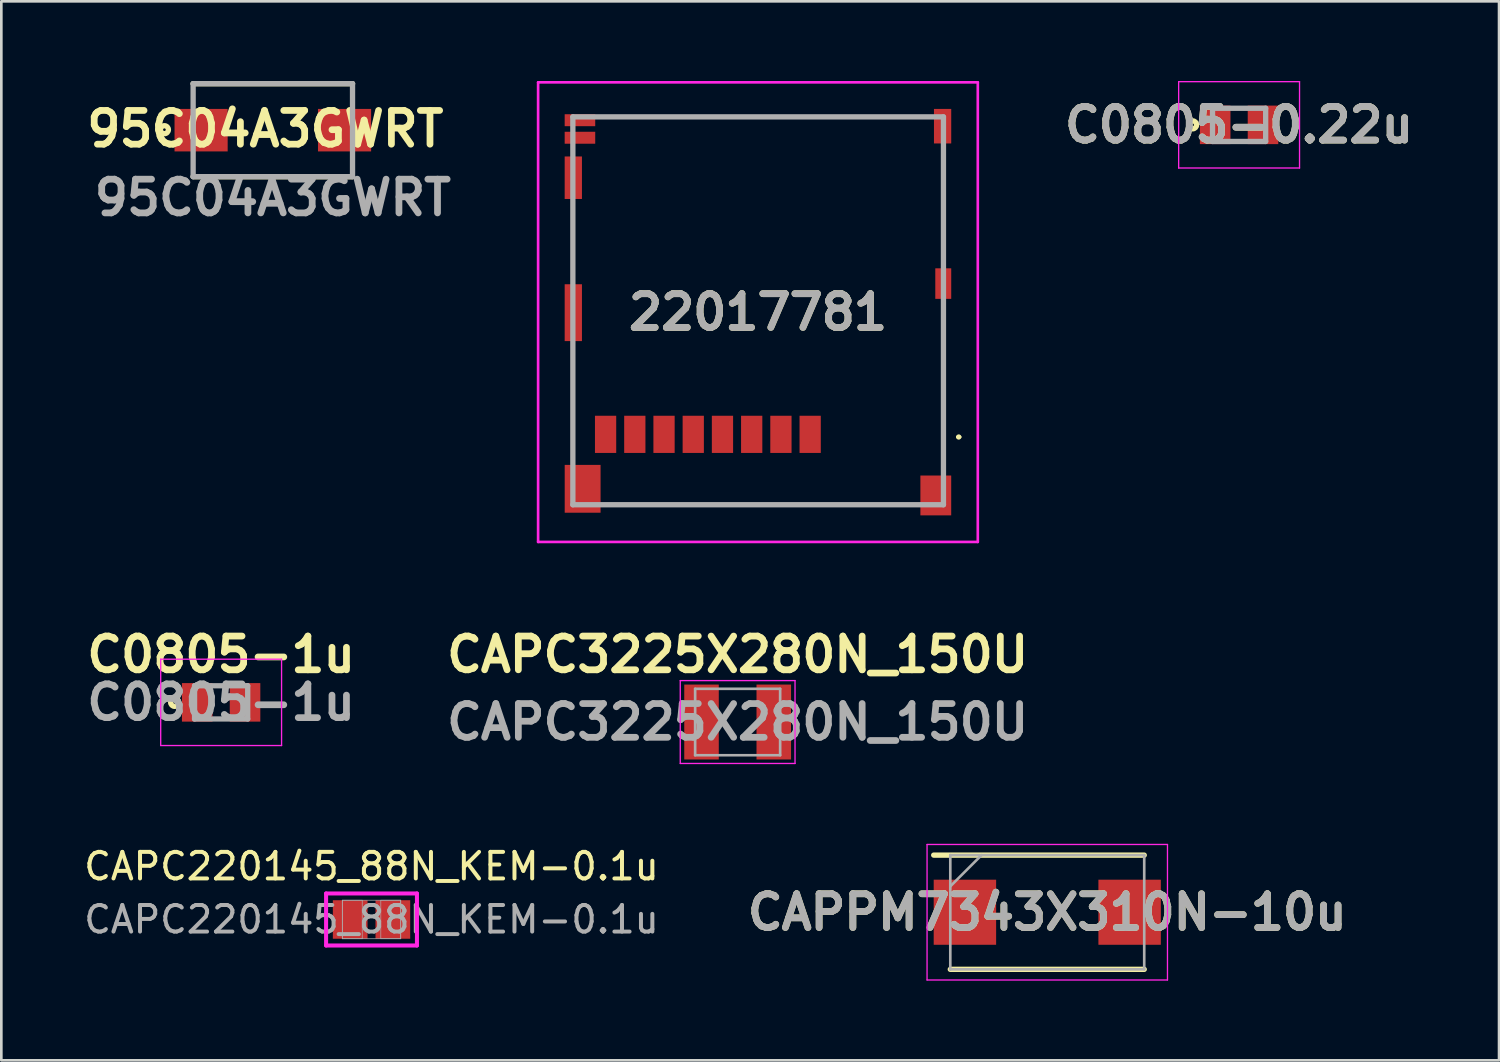
<source format=kicad_pcb>
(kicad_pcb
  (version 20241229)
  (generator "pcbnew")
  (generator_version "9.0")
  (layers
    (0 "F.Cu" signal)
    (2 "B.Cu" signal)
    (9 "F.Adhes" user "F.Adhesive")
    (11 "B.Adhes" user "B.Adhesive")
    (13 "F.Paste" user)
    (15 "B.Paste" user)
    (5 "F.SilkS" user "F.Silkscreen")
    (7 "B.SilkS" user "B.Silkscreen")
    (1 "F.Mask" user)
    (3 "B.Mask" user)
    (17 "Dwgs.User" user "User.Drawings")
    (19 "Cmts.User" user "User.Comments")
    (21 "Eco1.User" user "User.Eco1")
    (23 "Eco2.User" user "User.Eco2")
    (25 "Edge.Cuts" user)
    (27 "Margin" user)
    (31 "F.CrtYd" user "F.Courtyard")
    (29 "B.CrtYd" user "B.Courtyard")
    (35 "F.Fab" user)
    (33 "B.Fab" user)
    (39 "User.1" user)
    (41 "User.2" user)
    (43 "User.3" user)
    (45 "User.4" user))
  (footprint "95C04A3GWRT"
    (layer "F.Cu")
    (at 7.22 1.85)
    (property "Reference" "95C04A3GWRT" (at -0.283 -0.047 0) (layer "F.SilkS") (effects (font (size 1.27 1.27) (thickness 0.254))))
    (attr smd)
    (fp_line (start -3 -1.75) (end 3 -1.75) (stroke (width 0.2) (type solid)) (layer "F.SilkS"))
    (fp_line (start 3 1.75) (end -3 1.75) (stroke (width 0.2) (type solid)) (layer "F.SilkS"))
    (fp_circle (center -4.081 -0.018) (end -4.081 0.032) (stroke (width 0.2) (type solid)) (fill no) (layer "F.SilkS"))
    (fp_line (start -3 -1.75) (end 3 -1.75) (stroke (width 0.2) (type solid)) (layer "F.Fab"))
    (fp_line (start -3 1.75) (end -3 -1.75) (stroke (width 0.2) (type solid)) (layer "F.Fab"))
    (fp_line (start 3 -1.75) (end 3 1.75) (stroke (width 0.2) (type solid)) (layer "F.Fab"))
    (fp_line (start 3 1.75) (end -3 1.75) (stroke (width 0.2) (type solid)) (layer "F.Fab"))
    (fp_text user "${REFERENCE}" (at 0 2.54 0) (layer "F.Fab") (effects (font (size 1.27 1.27) (thickness 0.254))))
    (pad "1" smd rect (at -2.7 0 90) (size 1.6 2) (layers "F.Cu" "F.Mask" "F.Paste"))
    (pad "2" smd rect (at 2.7 0 90) (size 1.6 2) (layers "F.Cu" "F.Mask" "F.Paste")))
  (footprint "C0805-0.22u"
    (layer "F.Cu")
    (at 43.593 1.65)
    (property "Reference" "C0805-0.22u" (at 0 0 0) (layer "F.SilkS") (effects (font (size 1.27 1.27) (thickness 0.254))))
    (attr smd)
    (fp_circle (center -1.75 0) (end -1.75 0.05) (stroke (width 0.2) (type solid)) (fill no) (layer "F.SilkS"))
    (fp_line (start -2.275 -1.625) (end 2.275 -1.625) (stroke (width 0.05) (type solid)) (layer "F.CrtYd"))
    (fp_line (start -2.275 1.625) (end -2.275 -1.625) (stroke (width 0.05) (type solid)) (layer "F.CrtYd"))
    (fp_line (start 2.275 -1.625) (end 2.275 1.625) (stroke (width 0.05) (type solid)) (layer "F.CrtYd"))
    (fp_line (start 2.275 1.625) (end -2.275 1.625) (stroke (width 0.05) (type solid)) (layer "F.CrtYd"))
    (fp_line (start -1 -0.625) (end 1 -0.625) (stroke (width 0.2) (type solid)) (layer "F.Fab"))
    (fp_line (start -1 0.625) (end -1 -0.625) (stroke (width 0.2) (type solid)) (layer "F.Fab"))
    (fp_line (start 1 -0.625) (end 1 0.625) (stroke (width 0.2) (type solid)) (layer "F.Fab"))
    (fp_line (start 1 0.625) (end -1 0.625) (stroke (width 0.2) (type solid)) (layer "F.Fab"))
    (fp_text user "${REFERENCE}" (at 0 0 0) (layer "F.Fab") (effects (font (size 1.27 1.27) (thickness 0.254))))
    (pad "1" smd rect (at -0.9 0) (size 1.15 1.45) (layers "F.Cu" "F.Mask" "F.Paste"))
    (pad "2" smd rect (at 0.9 0) (size 1.15 1.45) (layers "F.Cu" "F.Mask" "F.Paste")))
  (footprint "22017781"
    (layer "F.Cu")
    (at 23.572 8.65)
    (property "Reference" "22017781" (at 1.91 0.05 0) (layer "F.SilkS") (effects (font (size 1.27 1.27) (thickness 0.254))))
    (attr smd)
    (fp_line (start -5.058 1.6) (end -5.058 5.4) (stroke (width 0.1) (type solid)) (layer "F.SilkS"))
    (fp_line (start -5.041 -3.8) (end -5.058 -1.3) (stroke (width 0.1) (type solid)) (layer "F.SilkS"))
    (fp_line (start -3.583 7.3) (end 7.517 7.3) (stroke (width 0.1) (type solid)) (layer "F.SilkS"))
    (fp_line (start 8.117 -7.3) (end -3.783 -7.3) (stroke (width 0.1) (type solid)) (layer "F.SilkS"))
    (fp_line (start 8.885 -5.9) (end 8.885 -2) (stroke (width 0.1) (type solid)) (layer "F.SilkS"))
    (fp_line (start 8.885 0) (end 8.892 5.75) (stroke (width 0.1) (type solid)) (layer "F.SilkS"))
    (fp_line (start 9.417 4.75) (end 9.417 4.75) (stroke (width 0.1) (type solid)) (layer "F.SilkS"))
    (fp_line (start 9.517 4.75) (end 9.517 4.75) (stroke (width 0.1) (type solid)) (layer "F.SilkS"))
    (fp_arc (start 9.417 4.75) (mid 9.467 4.7) (end 9.517 4.75) (stroke (width 0.1) (type solid)) (layer "F.SilkS"))
    (fp_arc (start 9.517 4.75) (mid 9.467 4.8) (end 9.417 4.75) (stroke (width 0.1) (type solid)) (layer "F.SilkS"))
    (fp_line (start -6.366 -8.6) (end 10.185 -8.6) (stroke (width 0.1) (type solid)) (layer "F.CrtYd"))
    (fp_line (start -6.366 8.7) (end -6.366 -8.6) (stroke (width 0.1) (type solid)) (layer "F.CrtYd"))
    (fp_line (start 10.185 -8.6) (end 10.185 8.7) (stroke (width 0.1) (type solid)) (layer "F.CrtYd"))
    (fp_line (start 10.185 8.7) (end -6.366 8.7) (stroke (width 0.1) (type solid)) (layer "F.CrtYd"))
    (fp_line (start -5.058 -7.3) (end 8.892 -7.3) (stroke (width 0.2) (type solid)) (layer "F.Fab"))
    (fp_line (start -5.058 7.3) (end -5.058 -7.3) (stroke (width 0.2) (type solid)) (layer "F.Fab"))
    (fp_line (start 8.892 -7.3) (end 8.892 7.3) (stroke (width 0.2) (type solid)) (layer "F.Fab"))
    (fp_line (start 8.892 7.3) (end -5.058 7.3) (stroke (width 0.2) (type solid)) (layer "F.Fab"))
    (fp_text user "${REFERENCE}" (at 1.91 0.05 0) (layer "F.Fab") (effects (font (size 1.27 1.27) (thickness 0.254))))
    (pad "1" smd rect (at 3.875 4.65) (size 0.8 1.4) (layers "F.Cu" "F.Mask" "F.Paste"))
    (pad "2" smd rect (at 2.774 4.65) (size 0.8 1.4) (layers "F.Cu" "F.Mask" "F.Paste"))
    (pad "3" smd rect (at 1.674 4.65) (size 0.8 1.4) (layers "F.Cu" "F.Mask" "F.Paste"))
    (pad "4" smd rect (at 0.574 4.65) (size 0.8 1.4) (layers "F.Cu" "F.Mask" "F.Paste"))
    (pad "5" smd rect (at -0.526 4.65) (size 0.8 1.4) (layers "F.Cu" "F.Mask" "F.Paste"))
    (pad "6" smd rect (at -1.626 4.65) (size 0.8 1.4) (layers "F.Cu" "F.Mask" "F.Paste"))
    (pad "7" smd rect (at -2.726 4.65) (size 0.8 1.4) (layers "F.Cu" "F.Mask" "F.Paste"))
    (pad "8" smd rect (at -3.826 4.65) (size 0.8 1.4) (layers "F.Cu" "F.Mask" "F.Paste"))
    (pad "9" smd rect (at -4.791 -7.175 90) (size 0.45 1.15) (layers "F.Cu" "F.Mask" "F.Paste"))
    (pad "10" smd rect (at -4.791 -6.515 90) (size 0.45 1.15) (layers "F.Cu" "F.Mask" "F.Paste"))
    (pad "11" smd rect (at -4.69 6.7) (size 1.35 1.8) (layers "F.Cu" "F.Mask" "F.Paste"))
    (pad "12" smd rect (at -5.041 0.07) (size 0.65 2.14) (layers "F.Cu" "F.Mask" "F.Paste"))
    (pad "13" smd rect (at -5.041 -5.01) (size 0.65 1.6) (layers "F.Cu" "F.Mask" "F.Paste"))
    (pad "14" smd rect (at 8.86 -6.95) (size 0.65 1.3) (layers "F.Cu" "F.Mask" "F.Paste"))
    (pad "15" smd rect (at 8.885 -1.025) (size 0.6 1.15) (layers "F.Cu" "F.Mask" "F.Paste"))
    (pad "16" smd rect (at 8.604 6.95) (size 1.16 1.5) (layers "F.Cu" "F.Mask" "F.Paste")))
  (footprint "CAPC220145_88N_KEM-0.1u"
    (layer "F.Cu")
    (at 10.935 31.562)
    (property "Reference" "CAPC220145_88N_KEM-0.1u" (at 0 -2 0) (unlocked yes) (layer "F.SilkS") (effects (font (size 1 1) (thickness 0.15))))
    (attr smd)
    (fp_line (start -1.71 -0.979) (end 1.71 -0.979) (stroke (width 0.152) (type solid)) (layer "F.CrtYd"))
    (fp_line (start -1.71 0.979) (end -1.71 -0.979) (stroke (width 0.152) (type solid)) (layer "F.CrtYd"))
    (fp_line (start 1.71 -0.979) (end 1.71 0.979) (stroke (width 0.152) (type solid)) (layer "F.CrtYd"))
    (fp_line (start 1.71 0.979) (end -1.71 0.979) (stroke (width 0.152) (type solid)) (layer "F.CrtYd"))
    (fp_line (start -1.1 -0.725) (end -1.1 0.725) (stroke (width 0.025) (type solid)) (layer "F.Fab"))
    (fp_line (start -1.1 -0.725) (end -1.1 0.725) (stroke (width 0.025) (type solid)) (layer "F.Fab"))
    (fp_line (start -1.1 0.725) (end -0.35 0.725) (stroke (width 0.025) (type solid)) (layer "F.Fab"))
    (fp_line (start -1.1 0.725) (end 1.1 0.725) (stroke (width 0.025) (type solid)) (layer "F.Fab"))
    (fp_line (start -0.35 -0.725) (end -1.1 -0.725) (stroke (width 0.025) (type solid)) (layer "F.Fab"))
    (fp_line (start -0.35 0.725) (end -0.35 -0.725) (stroke (width 0.025) (type solid)) (layer "F.Fab"))
    (fp_line (start 0.35 -0.725) (end 0.35 0.725) (stroke (width 0.025) (type solid)) (layer "F.Fab"))
    (fp_line (start 0.35 0.725) (end 1.1 0.725) (stroke (width 0.025) (type solid)) (layer "F.Fab"))
    (fp_line (start 1.1 -0.725) (end -1.1 -0.725) (stroke (width 0.025) (type solid)) (layer "F.Fab"))
    (fp_line (start 1.1 -0.725) (end 0.35 -0.725) (stroke (width 0.025) (type solid)) (layer "F.Fab"))
    (fp_line (start 1.1 0.725) (end 1.1 -0.725) (stroke (width 0.025) (type solid)) (layer "F.Fab"))
    (fp_line (start 1.1 0.725) (end 1.1 -0.725) (stroke (width 0.025) (type solid)) (layer "F.Fab"))
    (fp_text user "${REFERENCE}" (at 0 0 0) (unlocked yes) (layer "F.Fab") (effects (font (size 1 1) (thickness 0.15))))
    (pad "1" smd rect (at -0.803 0) (size 1.306 1.45) (layers "F.Cu" "F.Mask" "F.Paste"))
    (pad "2" smd rect (at 0.803 0) (size 1.306 1.45) (layers "F.Cu" "F.Mask" "F.Paste"))
    (zone (net_name "") (layer "F.Cu") (hatch full 0.508) (connect_pads) (min_thickness 0.254) (filled_areas_thickness no) (keepout (tracks not_allowed) (vias not_allowed) (pads allowed) (copperpour not_allowed) (footprints allowed)) (placement (enabled no)) (fill) (polygon (pts (xy 10.835 30.888) (xy 11.034 30.888) (xy 11.034 32.236) (xy 10.835 32.236)))))
  (footprint "CAPPM7343X310N-10u"
    (layer "F.Cu")
    (at 36.372 31.289)
    (property "Reference" "CAPPM7343X310N-10u" (at 0 0 0) (layer "F.SilkS") (effects (font (size 1.27 1.27) (thickness 0.254))))
    (attr smd)
    (fp_line (start -3.65 2.15) (end 3.65 2.15) (stroke (width 0.2) (type solid)) (layer "F.SilkS"))
    (fp_line (start 3.65 -2.15) (end -4.275 -2.15) (stroke (width 0.2) (type solid)) (layer "F.SilkS"))
    (fp_line (start -4.525 -2.55) (end 4.525 -2.55) (stroke (width 0.05) (type solid)) (layer "F.CrtYd"))
    (fp_line (start -4.525 2.55) (end -4.525 -2.55) (stroke (width 0.05) (type solid)) (layer "F.CrtYd"))
    (fp_line (start 4.525 -2.55) (end 4.525 2.55) (stroke (width 0.05) (type solid)) (layer "F.CrtYd"))
    (fp_line (start 4.525 2.55) (end -4.525 2.55) (stroke (width 0.05) (type solid)) (layer "F.CrtYd"))
    (fp_line (start -3.65 -2.15) (end 3.65 -2.15) (stroke (width 0.1) (type solid)) (layer "F.Fab"))
    (fp_line (start -3.65 -0.975) (end -2.475 -2.15) (stroke (width 0.1) (type solid)) (layer "F.Fab"))
    (fp_line (start -3.65 2.15) (end -3.65 -2.15) (stroke (width 0.1) (type solid)) (layer "F.Fab"))
    (fp_line (start 3.65 -2.15) (end 3.65 2.15) (stroke (width 0.1) (type solid)) (layer "F.Fab"))
    (fp_line (start 3.65 2.15) (end -3.65 2.15) (stroke (width 0.1) (type solid)) (layer "F.Fab"))
    (fp_text user "${REFERENCE}" (at 0 0 0) (layer "F.Fab") (effects (font (size 1.27 1.27) (thickness 0.254))))
    (pad "1" smd rect (at -3.1 0) (size 2.35 2.45) (layers "F.Cu" "F.Mask" "F.Paste"))
    (pad "2" smd rect (at 3.1 0) (size 2.35 2.45) (layers "F.Cu" "F.Mask" "F.Paste")))
  (footprint "C0805-1u"
    (layer "F.Cu")
    (at 5.274 23.389)
    (property "Reference" "C0805-1u" (at 0 -1.8 0) (layer "F.SilkS") (effects (font (size 1.27 1.27) (thickness 0.254))))
    (attr smd)
    (fp_circle (center -1.75 0) (end -1.75 0.05) (stroke (width 0.2) (type solid)) (fill no) (layer "F.SilkS"))
    (fp_line (start -2.275 -1.625) (end 2.275 -1.625) (stroke (width 0.05) (type solid)) (layer "F.CrtYd"))
    (fp_line (start -2.275 1.625) (end -2.275 -1.625) (stroke (width 0.05) (type solid)) (layer "F.CrtYd"))
    (fp_line (start 2.275 -1.625) (end 2.275 1.625) (stroke (width 0.05) (type solid)) (layer "F.CrtYd"))
    (fp_line (start 2.275 1.625) (end -2.275 1.625) (stroke (width 0.05) (type solid)) (layer "F.CrtYd"))
    (fp_line (start -1 -0.625) (end 1 -0.625) (stroke (width 0.2) (type solid)) (layer "F.Fab"))
    (fp_line (start -1 0.625) (end -1 -0.625) (stroke (width 0.2) (type solid)) (layer "F.Fab"))
    (fp_line (start 1 -0.625) (end 1 0.625) (stroke (width 0.2) (type solid)) (layer "F.Fab"))
    (fp_line (start 1 0.625) (end -1 0.625) (stroke (width 0.2) (type solid)) (layer "F.Fab"))
    (fp_text user "${REFERENCE}" (at 0 0 0) (layer "F.Fab") (effects (font (size 1.27 1.27) (thickness 0.254))))
    (pad "1" smd rect (at -0.9 0) (size 1.15 1.45) (layers "F.Cu" "F.Mask" "F.Paste"))
    (pad "2" smd rect (at 0.9 0) (size 1.15 1.45) (layers "F.Cu" "F.Mask" "F.Paste")))
  (footprint "CAPC3225X280N_150U"
    (layer "F.Cu")
    (at 24.717 24.129)
    (property "Reference" "CAPC3225X280N_150U" (at 0 -2.54 0) (layer "F.SilkS") (effects (font (size 1.27 1.27) (thickness 0.254))))
    (attr smd)
    (fp_line (start -2.16 -1.56) (end 2.16 -1.56) (stroke (width 0.05) (type solid)) (layer "F.CrtYd"))
    (fp_line (start -2.16 1.56) (end -2.16 -1.56) (stroke (width 0.05) (type solid)) (layer "F.CrtYd"))
    (fp_line (start 2.16 -1.56) (end 2.16 1.56) (stroke (width 0.05) (type solid)) (layer "F.CrtYd"))
    (fp_line (start 2.16 1.56) (end -2.16 1.56) (stroke (width 0.05) (type solid)) (layer "F.CrtYd"))
    (fp_line (start -1.6 -1.25) (end 1.6 -1.25) (stroke (width 0.1) (type solid)) (layer "F.Fab"))
    (fp_line (start -1.6 1.25) (end -1.6 -1.25) (stroke (width 0.1) (type solid)) (layer "F.Fab"))
    (fp_line (start 1.6 -1.25) (end 1.6 1.25) (stroke (width 0.1) (type solid)) (layer "F.Fab"))
    (fp_line (start 1.6 1.25) (end -1.6 1.25) (stroke (width 0.1) (type solid)) (layer "F.Fab"))
    (fp_text user "${REFERENCE}" (at 0 0 0) (layer "F.Fab") (effects (font (size 1.27 1.27) (thickness 0.254))))
    (pad "1" smd rect (at -1.36 0) (size 1.3 2.82) (layers "F.Cu" "F.Mask" "F.Paste"))
    (pad "2" smd rect (at 1.36 0) (size 1.3 2.82) (layers "F.Cu" "F.Mask" "F.Paste")))
  (gr_rect
    (start -3 -3)
    (end 53.378 36.864)
    (stroke (width 0.1) (type default))
    (fill no)
    (layer "Edge.Cuts")))
</source>
